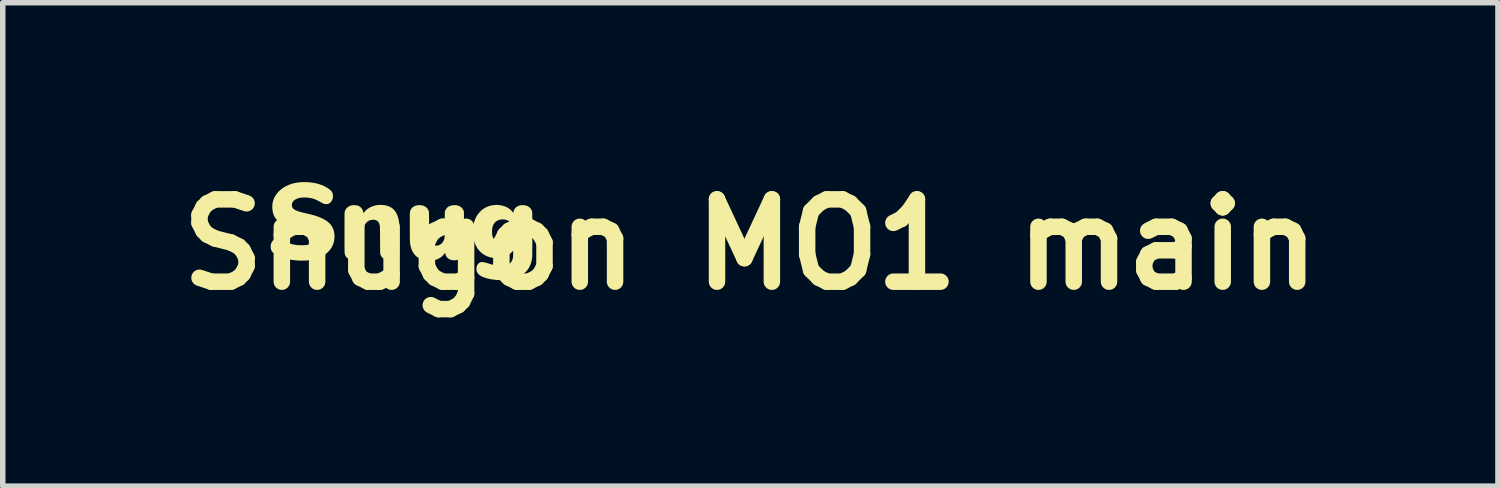
<source format=kicad_pcb>
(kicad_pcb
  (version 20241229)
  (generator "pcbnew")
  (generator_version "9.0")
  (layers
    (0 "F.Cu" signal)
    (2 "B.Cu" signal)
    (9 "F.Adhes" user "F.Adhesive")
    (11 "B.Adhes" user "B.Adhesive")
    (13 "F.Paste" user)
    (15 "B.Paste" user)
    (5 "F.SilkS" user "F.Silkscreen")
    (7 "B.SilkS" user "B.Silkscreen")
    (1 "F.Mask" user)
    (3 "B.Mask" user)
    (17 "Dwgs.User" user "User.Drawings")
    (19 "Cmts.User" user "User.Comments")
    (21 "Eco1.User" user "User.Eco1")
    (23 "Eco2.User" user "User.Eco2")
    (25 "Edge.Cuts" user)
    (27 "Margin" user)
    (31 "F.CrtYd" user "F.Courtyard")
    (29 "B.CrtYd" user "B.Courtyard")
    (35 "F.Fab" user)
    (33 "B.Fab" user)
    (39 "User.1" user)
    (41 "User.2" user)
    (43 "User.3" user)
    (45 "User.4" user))
  (footprint "Snugon MO1 main"
    (layer "F.Cu")
    (at 10.621 1.404)
    (property "Reference" "Snugon MO1 main" (at 0 0 0) (layer "F.SilkS") (effects (font (size 1.5 1.5) (thickness 0.3))))
    (attr board_only exclude_from_pos_files exclude_from_bom)
    (fp_poly (pts (xy -5.998 -0.715) (xy -5.969 -0.709) (xy -5.943 -0.7) (xy -5.922 -0.689) (xy -5.901 -0.673) (xy -5.883 -0.653) (xy -5.869 -0.63) (xy -5.859 -0.606) (xy -5.859 -0.605) (xy -5.858 -0.603) (xy -5.857 -0.599) (xy -5.857 -0.595) (xy -5.856 -0.59) (xy -5.856 -0.584) (xy -5.855 -0.576) (xy -5.855 -0.566) (xy -5.855 -0.553) (xy -5.854 -0.538) (xy -5.854 -0.521) (xy -5.854 -0.5) (xy -5.854 -0.475) (xy -5.853 -0.447) (xy -5.853 -0.415) (xy -5.853 -0.378) (xy -5.853 -0.337) (xy -5.853 -0.334) (xy -5.852 -0.293) (xy -5.852 -0.256) (xy -5.852 -0.223) (xy -5.852 -0.195) (xy -5.852 -0.17) (xy -5.851 -0.149) (xy -5.851 -0.131) (xy -5.851 -0.116) (xy -5.85 -0.103) (xy -5.85 -0.093) (xy -5.85 -0.085) (xy -5.849 -0.079) (xy -5.849 -0.073) (xy -5.848 -0.069) (xy -5.848 -0.066) (xy -5.847 -0.064) (xy -5.838 -0.04) (xy -5.827 -0.02) (xy -5.813 -0.004) (xy -5.796 0.008) (xy -5.776 0.017) (xy -5.769 0.019) (xy -5.756 0.021) (xy -5.739 0.022) (xy -5.722 0.022) (xy -5.705 0.021) (xy -5.691 0.019) (xy -5.667 0.011) (xy -5.645 -0.002) (xy -5.625 -0.018) (xy -5.607 -0.038) (xy -5.592 -0.06) (xy -5.581 -0.085) (xy -5.579 -0.089) (xy -5.578 -0.093) (xy -5.576 -0.098) (xy -5.575 -0.103) (xy -5.574 -0.108) (xy -5.573 -0.114) (xy -5.572 -0.122) (xy -5.572 -0.13) (xy -5.571 -0.141) (xy -5.571 -0.153) (xy -5.57 -0.169) (xy -5.57 -0.186) (xy -5.57 -0.207) (xy -5.569 -0.232) (xy -5.569 -0.26) (xy -5.569 -0.293) (xy -5.569 -0.329) (xy -5.568 -0.357) (xy -5.567 -0.59) (xy -5.56 -0.611) (xy -5.549 -0.636) (xy -5.534 -0.658) (xy -5.516 -0.677) (xy -5.494 -0.692) (xy -5.485 -0.696) (xy -5.47 -0.703) (xy -5.455 -0.708) (xy -5.441 -0.712) (xy -5.425 -0.714) (xy -5.405 -0.715) (xy -5.401 -0.716) (xy -5.385 -0.716) (xy -5.372 -0.716) (xy -5.361 -0.715) (xy -5.35 -0.713) (xy -5.343 -0.712) (xy -5.315 -0.704) (xy -5.289 -0.692) (xy -5.267 -0.676) (xy -5.249 -0.658) (xy -5.234 -0.635) (xy -5.224 -0.614) (xy -5.218 -0.595) (xy -5.217 -0.221) (xy -5.217 -0.17) (xy -5.217 -0.125) (xy -5.217 -0.083) (xy -5.217 -0.046) (xy -5.217 -0.013) (xy -5.217 0.016) (xy -5.217 0.042) (xy -5.217 0.064) (xy -5.217 0.084) (xy -5.217 0.101) (xy -5.217 0.115) (xy -5.217 0.127) (xy -5.217 0.137) (xy -5.218 0.145) (xy -5.218 0.152) (xy -5.219 0.157) (xy -5.219 0.161) (xy -5.219 0.165) (xy -5.22 0.168) (xy -5.221 0.171) (xy -5.221 0.173) (xy -5.228 0.193) (xy -5.237 0.211) (xy -5.25 0.228) (xy -5.26 0.238) (xy -5.277 0.254) (xy -5.295 0.266) (xy -5.315 0.275) (xy -5.337 0.282) (xy -5.355 0.286) (xy -5.385 0.289) (xy -5.414 0.288) (xy -5.441 0.284) (xy -5.467 0.276) (xy -5.49 0.264) (xy -5.511 0.25) (xy -5.528 0.232) (xy -5.542 0.212) (xy -5.543 0.209) (xy -5.547 0.199) (xy -5.552 0.186) (xy -5.555 0.173) (xy -5.555 0.171) (xy -5.56 0.149) (xy -5.569 0.164) (xy -5.579 0.176) (xy -5.591 0.189) (xy -5.605 0.203) (xy -5.619 0.217) (xy -5.633 0.229) (xy -5.646 0.239) (xy -5.647 0.239) (xy -5.68 0.258) (xy -5.715 0.273) (xy -5.752 0.285) (xy -5.758 0.286) (xy -5.769 0.288) (xy -5.783 0.289) (xy -5.801 0.29) (xy -5.82 0.291) (xy -5.84 0.291) (xy -5.861 0.291) (xy -5.88 0.291) (xy -5.897 0.29) (xy -5.91 0.289) (xy -5.913 0.288) (xy -5.955 0.28) (xy -5.993 0.269) (xy -6.028 0.254) (xy -6.059 0.236) (xy -6.088 0.215) (xy -6.097 0.206) (xy -6.121 0.18) (xy -6.141 0.152) (xy -6.159 0.121) (xy -6.173 0.086) (xy -6.185 0.048) (xy -6.187 0.039) (xy -6.19 0.029) (xy -6.192 0.02) (xy -6.194 0.012) (xy -6.195 0.004) (xy -6.197 -0.004) (xy -6.198 -0.013) (xy -6.199 -0.022) (xy -6.2 -0.033) (xy -6.201 -0.044) (xy -6.202 -0.058) (xy -6.202 -0.073) (xy -6.203 -0.091) (xy -6.203 -0.111) (xy -6.203 -0.134) (xy -6.203 -0.161) (xy -6.204 -0.192) (xy -6.204 -0.226) (xy -6.204 -0.265) (xy -6.204 -0.308) (xy -6.204 -0.354) (xy -6.204 -0.395) (xy -6.204 -0.431) (xy -6.204 -0.463) (xy -6.204 -0.491) (xy -6.204 -0.515) (xy -6.204 -0.536) (xy -6.204 -0.552) (xy -6.203 -0.566) (xy -6.203 -0.576) (xy -6.203 -0.584) (xy -6.202 -0.589) (xy -6.202 -0.59) (xy -6.195 -0.616) (xy -6.184 -0.64) (xy -6.169 -0.661) (xy -6.151 -0.679) (xy -6.129 -0.693) (xy -6.104 -0.704) (xy -6.076 -0.712) (xy -6.045 -0.716) (xy -6.03 -0.716)) (stroke (width 0) (type solid)) (fill yes) (layer "F.SilkS"))
    (fp_poly (pts (xy -6.725 -0.72) (xy -6.703 -0.719) (xy -6.683 -0.717) (xy -6.665 -0.715) (xy -6.659 -0.714) (xy -6.619 -0.705) (xy -6.583 -0.693) (xy -6.551 -0.677) (xy -6.521 -0.657) (xy -6.495 -0.633) (xy -6.472 -0.606) (xy -6.452 -0.575) (xy -6.435 -0.541) (xy -6.421 -0.502) (xy -6.409 -0.459) (xy -6.401 -0.413) (xy -6.399 -0.394) (xy -6.398 -0.388) (xy -6.398 -0.38) (xy -6.397 -0.37) (xy -6.397 -0.357) (xy -6.397 -0.342) (xy -6.396 -0.323) (xy -6.396 -0.301) (xy -6.396 -0.276) (xy -6.396 -0.247) (xy -6.396 -0.214) (xy -6.396 -0.176) (xy -6.396 -0.134) (xy -6.396 -0.101) (xy -6.396 0.163) (xy -6.403 0.185) (xy -6.414 0.209) (xy -6.427 0.23) (xy -6.444 0.247) (xy -6.465 0.263) (xy -6.467 0.264) (xy -6.49 0.275) (xy -6.515 0.283) (xy -6.543 0.288) (xy -6.571 0.289) (xy -6.6 0.287) (xy -6.628 0.282) (xy -6.654 0.274) (xy -6.668 0.268) (xy -6.682 0.258) (xy -6.697 0.246) (xy -6.711 0.233) (xy -6.722 0.218) (xy -6.728 0.208) (xy -6.731 0.203) (xy -6.733 0.199) (xy -6.735 0.194) (xy -6.737 0.19) (xy -6.739 0.185) (xy -6.74 0.18) (xy -6.741 0.174) (xy -6.742 0.166) (xy -6.743 0.157) (xy -6.744 0.146) (xy -6.744 0.133) (xy -6.745 0.117) (xy -6.745 0.098) (xy -6.745 0.076) (xy -6.745 0.051) (xy -6.746 0.022) (xy -6.746 -0.011) (xy -6.746 -0.049) (xy -6.746 -0.081) (xy -6.747 -0.122) (xy -6.747 -0.158) (xy -6.747 -0.189) (xy -6.747 -0.217) (xy -6.748 -0.241) (xy -6.748 -0.261) (xy -6.748 -0.279) (xy -6.748 -0.293) (xy -6.749 -0.305) (xy -6.749 -0.316) (xy -6.749 -0.324) (xy -6.75 -0.331) (xy -6.75 -0.336) (xy -6.751 -0.341) (xy -6.752 -0.345) (xy -6.753 -0.349) (xy -6.753 -0.352) (xy -6.76 -0.375) (xy -6.768 -0.395) (xy -6.778 -0.411) (xy -6.788 -0.422) (xy -6.805 -0.435) (xy -6.826 -0.444) (xy -6.849 -0.449) (xy -6.874 -0.451) (xy -6.9 -0.448) (xy -6.92 -0.444) (xy -6.947 -0.435) (xy -6.971 -0.421) (xy -6.991 -0.404) (xy -7.008 -0.383) (xy -7.023 -0.358) (xy -7.033 -0.33) (xy -7.034 -0.327) (xy -7.035 -0.324) (xy -7.036 -0.321) (xy -7.036 -0.317) (xy -7.037 -0.313) (xy -7.037 -0.307) (xy -7.038 -0.301) (xy -7.038 -0.293) (xy -7.039 -0.282) (xy -7.039 -0.27) (xy -7.039 -0.255) (xy -7.04 -0.237) (xy -7.04 -0.216) (xy -7.04 -0.191) (xy -7.04 -0.162) (xy -7.04 -0.129) (xy -7.041 -0.092) (xy -7.041 -0.075) (xy -7.041 -0.034) (xy -7.041 0.001) (xy -7.041 0.033) (xy -7.042 0.06) (xy -7.042 0.084) (xy -7.042 0.104) (xy -7.043 0.122) (xy -7.043 0.136) (xy -7.044 0.148) (xy -7.045 0.159) (xy -7.046 0.167) (xy -7.047 0.174) (xy -7.048 0.18) (xy -7.05 0.185) (xy -7.052 0.19) (xy -7.054 0.195) (xy -7.056 0.2) (xy -7.059 0.205) (xy -7.06 0.206) (xy -7.071 0.225) (xy -7.086 0.242) (xy -7.104 0.257) (xy -7.112 0.263) (xy -7.135 0.274) (xy -7.161 0.282) (xy -7.19 0.287) (xy -7.22 0.289) (xy -7.25 0.287) (xy -7.255 0.287) (xy -7.283 0.281) (xy -7.308 0.271) (xy -7.331 0.257) (xy -7.351 0.241) (xy -7.367 0.222) (xy -7.376 0.207) (xy -7.378 0.202) (xy -7.38 0.198) (xy -7.382 0.194) (xy -7.384 0.19) (xy -7.386 0.186) (xy -7.387 0.182) (xy -7.388 0.177) (xy -7.389 0.171) (xy -7.39 0.163) (xy -7.391 0.155) (xy -7.392 0.144) (xy -7.392 0.132) (xy -7.393 0.117) (xy -7.393 0.1) (xy -7.393 0.08) (xy -7.394 0.057) (xy -7.394 0.031) (xy -7.394 0.002) (xy -7.394 -0.031) (xy -7.394 -0.068) (xy -7.394 -0.11) (xy -7.394 -0.155) (xy -7.394 -0.206) (xy -7.394 -0.215) (xy -7.394 -0.265) (xy -7.394 -0.311) (xy -7.394 -0.352) (xy -7.394 -0.389) (xy -7.394 -0.421) (xy -7.394 -0.45) (xy -7.394 -0.476) (xy -7.394 -0.498) (xy -7.393 -0.518) (xy -7.393 -0.534) (xy -7.393 -0.548) (xy -7.393 -0.56) (xy -7.393 -0.569) (xy -7.392 -0.577) (xy -7.392 -0.583) (xy -7.391 -0.588) (xy -7.391 -0.592) (xy -7.39 -0.595) (xy -7.39 -0.598) (xy -7.389 -0.6) (xy -7.389 -0.6) (xy -7.379 -0.627) (xy -7.364 -0.65) (xy -7.346 -0.671) (xy -7.325 -0.687) (xy -7.3 -0.701) (xy -7.272 -0.71) (xy -7.263 -0.712) (xy -7.251 -0.714) (xy -7.239 -0.715) (xy -7.227 -0.716) (xy -7.213 -0.716) (xy -7.207 -0.716) (xy -7.178 -0.713) (xy -7.154 -0.708) (xy -7.132 -0.7) (xy -7.112 -0.688) (xy -7.095 -0.673) (xy -7.093 -0.671) (xy -7.078 -0.654) (xy -7.066 -0.634) (xy -7.058 -0.613) (xy -7.053 -0.588) (xy -7.052 -0.582) (xy -7.05 -0.569) (xy -7.036 -0.587) (xy -7.009 -0.618) (xy -6.978 -0.644) (xy -6.944 -0.667) (xy -6.907 -0.686) (xy -6.867 -0.701) (xy -6.824 -0.713) (xy -6.802 -0.717) (xy -6.787 -0.718) (xy -6.769 -0.719) (xy -6.747 -0.72)) (stroke (width 0) (type solid)) (fill yes) (layer "F.SilkS"))
    (fp_poly (pts (xy -8.086 -1.135) (xy -8.025 -1.131) (xy -7.967 -1.124) (xy -7.912 -1.114) (xy -7.86 -1.1) (xy -7.811 -1.083) (xy -7.764 -1.062) (xy -7.718 -1.038) (xy -7.687 -1.018) (xy -7.664 -1.001) (xy -7.645 -0.984) (xy -7.63 -0.968) (xy -7.619 -0.95) (xy -7.611 -0.931) (xy -7.606 -0.91) (xy -7.605 -0.886) (xy -7.605 -0.879) (xy -7.607 -0.85) (xy -7.613 -0.824) (xy -7.623 -0.801) (xy -7.637 -0.78) (xy -7.648 -0.767) (xy -7.666 -0.752) (xy -7.684 -0.742) (xy -7.704 -0.736) (xy -7.725 -0.734) (xy -7.741 -0.736) (xy -7.753 -0.737) (xy -7.763 -0.74) (xy -7.773 -0.743) (xy -7.785 -0.748) (xy -7.798 -0.755) (xy -7.814 -0.763) (xy -7.827 -0.77) (xy -7.858 -0.787) (xy -7.885 -0.801) (xy -7.91 -0.813) (xy -7.933 -0.823) (xy -7.955 -0.831) (xy -7.977 -0.837) (xy -7.999 -0.843) (xy -8.022 -0.847) (xy -8.037 -0.85) (xy -8.056 -0.852) (xy -8.078 -0.854) (xy -8.102 -0.855) (xy -8.126 -0.856) (xy -8.149 -0.855) (xy -8.17 -0.854) (xy -8.187 -0.853) (xy -8.189 -0.853) (xy -8.221 -0.846) (xy -8.251 -0.837) (xy -8.277 -0.826) (xy -8.3 -0.812) (xy -8.319 -0.797) (xy -8.334 -0.779) (xy -8.345 -0.76) (xy -8.351 -0.739) (xy -8.353 -0.716) (xy -8.353 -0.71) (xy -8.351 -0.693) (xy -8.347 -0.679) (xy -8.34 -0.667) (xy -8.331 -0.656) (xy -8.327 -0.652) (xy -8.314 -0.641) (xy -8.297 -0.63) (xy -8.275 -0.619) (xy -8.25 -0.609) (xy -8.221 -0.599) (xy -8.187 -0.589) (xy -8.149 -0.579) (xy -8.105 -0.569) (xy -8.095 -0.567) (xy -8.035 -0.553) (xy -7.981 -0.539) (xy -7.93 -0.525) (xy -7.884 -0.509) (xy -7.842 -0.493) (xy -7.803 -0.476) (xy -7.768 -0.458) (xy -7.736 -0.439) (xy -7.73 -0.435) (xy -7.696 -0.41) (xy -7.667 -0.384) (xy -7.643 -0.357) (xy -7.623 -0.328) (xy -7.606 -0.297) (xy -7.593 -0.263) (xy -7.593 -0.261) (xy -7.584 -0.225) (xy -7.578 -0.186) (xy -7.576 -0.146) (xy -7.578 -0.107) (xy -7.583 -0.068) (xy -7.59 -0.036) (xy -7.604 0.004) (xy -7.622 0.043) (xy -7.644 0.079) (xy -7.671 0.113) (xy -7.702 0.145) (xy -7.736 0.174) (xy -7.774 0.2) (xy -7.809 0.22) (xy -7.853 0.24) (xy -7.898 0.256) (xy -7.944 0.27) (xy -7.993 0.281) (xy -8.046 0.288) (xy -8.08 0.292) (xy -8.091 0.293) (xy -8.105 0.293) (xy -8.122 0.294) (xy -8.141 0.294) (xy -8.161 0.294) (xy -8.181 0.294) (xy -8.2 0.294) (xy -8.216 0.294) (xy -8.23 0.293) (xy -8.24 0.293) (xy -8.3 0.287) (xy -8.355 0.28) (xy -8.407 0.271) (xy -8.455 0.26) (xy -8.5 0.248) (xy -8.543 0.233) (xy -8.584 0.216) (xy -8.614 0.202) (xy -8.645 0.185) (xy -8.671 0.168) (xy -8.692 0.151) (xy -8.71 0.133) (xy -8.723 0.115) (xy -8.732 0.095) (xy -8.734 0.086) (xy -8.738 0.069) (xy -8.739 0.048) (xy -8.739 0.028) (xy -8.737 0.008) (xy -8.737 0.007) (xy -8.731 -0.016) (xy -8.721 -0.038) (xy -8.708 -0.058) (xy -8.692 -0.076) (xy -8.675 -0.09) (xy -8.662 -0.097) (xy -8.642 -0.104) (xy -8.62 -0.107) (xy -8.596 -0.105) (xy -8.572 -0.099) (xy -8.548 -0.089) (xy -8.539 -0.084) (xy -8.527 -0.078) (xy -8.512 -0.071) (xy -8.497 -0.063) (xy -8.481 -0.055) (xy -8.48 -0.054) (xy -8.444 -0.037) (xy -8.409 -0.023) (xy -8.374 -0.011) (xy -8.337 -0.002) (xy -8.297 0.006) (xy -8.276 0.009) (xy -8.262 0.011) (xy -8.245 0.012) (xy -8.224 0.013) (xy -8.202 0.013) (xy -8.18 0.014) (xy -8.157 0.014) (xy -8.136 0.013) (xy -8.117 0.013) (xy -8.101 0.012) (xy -8.089 0.01) (xy -8.058 0.004) (xy -8.029 -0.004) (xy -8.004 -0.014) (xy -7.983 -0.026) (xy -7.968 -0.038) (xy -7.955 -0.052) (xy -7.945 -0.069) (xy -7.938 -0.088) (xy -7.934 -0.107) (xy -7.933 -0.126) (xy -7.937 -0.143) (xy -7.941 -0.153) (xy -7.947 -0.163) (xy -7.958 -0.174) (xy -7.97 -0.185) (xy -7.982 -0.194) (xy -7.983 -0.195) (xy -7.996 -0.202) (xy -8.011 -0.209) (xy -8.027 -0.216) (xy -8.046 -0.223) (xy -8.068 -0.23) (xy -8.093 -0.237) (xy -8.121 -0.244) (xy -8.154 -0.252) (xy -8.191 -0.26) (xy -8.198 -0.262) (xy -8.254 -0.275) (xy -8.305 -0.287) (xy -8.353 -0.301) (xy -8.396 -0.314) (xy -8.435 -0.329) (xy -8.472 -0.344) (xy -8.505 -0.36) (xy -8.536 -0.377) (xy -8.565 -0.395) (xy -8.575 -0.401) (xy -8.598 -0.419) (xy -8.62 -0.441) (xy -8.641 -0.464) (xy -8.659 -0.488) (xy -8.673 -0.511) (xy -8.673 -0.512) (xy -8.687 -0.544) (xy -8.698 -0.579) (xy -8.705 -0.617) (xy -8.709 -0.656) (xy -8.71 -0.695) (xy -8.707 -0.734) (xy -8.703 -0.762) (xy -8.692 -0.804) (xy -8.677 -0.844) (xy -8.657 -0.882) (xy -8.633 -0.918) (xy -8.605 -0.953) (xy -8.573 -0.985) (xy -8.537 -1.014) (xy -8.498 -1.041) (xy -8.455 -1.065) (xy -8.408 -1.086) (xy -8.391 -1.093) (xy -8.352 -1.106) (xy -8.313 -1.116) (xy -8.273 -1.124) (xy -8.231 -1.13) (xy -8.186 -1.134) (xy -8.15 -1.135)) (stroke (width 0) (type solid)) (fill yes) (layer "F.SilkS"))
    (fp_poly (pts (xy -4.576 -0.718) (xy -4.536 -0.712) (xy -4.498 -0.702) (xy -4.461 -0.689) (xy -4.427 -0.673) (xy -4.395 -0.653) (xy -4.367 -0.631) (xy -4.343 -0.606) (xy -4.333 -0.594) (xy -4.319 -0.575) (xy -4.315 -0.595) (xy -4.309 -0.618) (xy -4.3 -0.638) (xy -4.288 -0.656) (xy -4.276 -0.669) (xy -4.256 -0.686) (xy -4.234 -0.699) (xy -4.21 -0.708) (xy -4.184 -0.714) (xy -4.154 -0.716) (xy -4.137 -0.716) (xy -4.122 -0.715) (xy -4.108 -0.713) (xy -4.097 -0.712) (xy -4.089 -0.71) (xy -4.062 -0.7) (xy -4.038 -0.687) (xy -4.017 -0.67) (xy -3.999 -0.649) (xy -3.986 -0.626) (xy -3.977 -0.601) (xy -3.976 -0.599) (xy -3.976 -0.596) (xy -3.975 -0.593) (xy -3.975 -0.589) (xy -3.974 -0.584) (xy -3.974 -0.578) (xy -3.974 -0.57) (xy -3.973 -0.561) (xy -3.973 -0.549) (xy -3.973 -0.536) (xy -3.973 -0.52) (xy -3.973 -0.501) (xy -3.972 -0.479) (xy -3.972 -0.454) (xy -3.972 -0.426) (xy -3.972 -0.394) (xy -3.972 -0.358) (xy -3.972 -0.318) (xy -3.972 -0.274) (xy -3.972 -0.225) (xy -3.972 -0.185) (xy -3.972 -0.129) (xy -3.972 -0.078) (xy -3.972 -0.032) (xy -3.972 0.01) (xy -3.972 0.047) (xy -3.972 0.081) (xy -3.973 0.11) (xy -3.973 0.137) (xy -3.973 0.159) (xy -3.973 0.179) (xy -3.973 0.195) (xy -3.974 0.209) (xy -3.974 0.22) (xy -3.974 0.229) (xy -3.975 0.235) (xy -3.975 0.24) (xy -3.975 0.24) (xy -3.984 0.289) (xy -3.995 0.335) (xy -4.01 0.377) (xy -4.029 0.416) (xy -4.051 0.451) (xy -4.076 0.484) (xy -4.106 0.514) (xy -4.139 0.542) (xy -4.147 0.548) (xy -4.183 0.571) (xy -4.223 0.591) (xy -4.267 0.608) (xy -4.314 0.623) (xy -4.366 0.634) (xy -4.42 0.643) (xy -4.43 0.644) (xy -4.445 0.645) (xy -4.463 0.646) (xy -4.483 0.646) (xy -4.504 0.647) (xy -4.526 0.648) (xy -4.548 0.648) (xy -4.568 0.648) (xy -4.587 0.648) (xy -4.602 0.648) (xy -4.614 0.647) (xy -4.616 0.647) (xy -4.676 0.641) (xy -4.731 0.633) (xy -4.782 0.622) (xy -4.829 0.608) (xy -4.87 0.593) (xy -4.893 0.583) (xy -4.913 0.572) (xy -4.929 0.561) (xy -4.944 0.549) (xy -4.951 0.543) (xy -4.968 0.522) (xy -4.98 0.501) (xy -4.988 0.477) (xy -4.991 0.452) (xy -4.989 0.425) (xy -4.985 0.403) (xy -4.978 0.382) (xy -4.967 0.363) (xy -4.953 0.347) (xy -4.938 0.334) (xy -4.932 0.331) (xy -4.923 0.327) (xy -4.913 0.323) (xy -4.902 0.321) (xy -4.89 0.32) (xy -4.877 0.321) (xy -4.861 0.323) (xy -4.843 0.327) (xy -4.822 0.332) (xy -4.797 0.339) (xy -4.769 0.347) (xy -4.749 0.353) (xy -4.719 0.362) (xy -4.694 0.369) (xy -4.672 0.375) (xy -4.652 0.38) (xy -4.634 0.384) (xy -4.618 0.387) (xy -4.601 0.388) (xy -4.585 0.39) (xy -4.568 0.39) (xy -4.551 0.39) (xy -4.529 0.39) (xy -4.512 0.389) (xy -4.497 0.388) (xy -4.485 0.387) (xy -4.481 0.386) (xy -4.449 0.378) (xy -4.421 0.369) (xy -4.398 0.356) (xy -4.377 0.341) (xy -4.36 0.323) (xy -4.346 0.303) (xy -4.341 0.291) (xy -4.334 0.274) (xy -4.328 0.256) (xy -4.324 0.235) (xy -4.322 0.212) (xy -4.321 0.185) (xy -4.321 0.156) (xy -4.322 0.109) (xy -4.328 0.119) (xy -4.335 0.129) (xy -4.346 0.14) (xy -4.358 0.152) (xy -4.371 0.164) (xy -4.383 0.174) (xy -4.387 0.177) (xy -4.4 0.186) (xy -4.417 0.196) (xy -4.436 0.206) (xy -4.455 0.215) (xy -4.473 0.223) (xy -4.482 0.227) (xy -4.525 0.239) (xy -4.568 0.246) (xy -4.612 0.25) (xy -4.657 0.248) (xy -4.701 0.243) (xy -4.744 0.233) (xy -4.786 0.219) (xy -4.826 0.201) (xy -4.852 0.186) (xy -4.888 0.161) (xy -4.921 0.132) (xy -4.951 0.099) (xy -4.977 0.063) (xy -4.999 0.023) (xy -5.018 -0.02) (xy -5.034 -0.067) (xy -5.046 -0.117) (xy -5.05 -0.138) (xy -5.052 -0.154) (xy -5.053 -0.174) (xy -5.054 -0.196) (xy -5.055 -0.22) (xy -5.055 -0.235) (xy -4.706 -0.235) (xy -4.705 -0.21) (xy -4.704 -0.19) (xy -4.702 -0.172) (xy -4.698 -0.155) (xy -4.693 -0.139) (xy -4.69 -0.13) (xy -4.677 -0.104) (xy -4.66 -0.08) (xy -4.639 -0.059) (xy -4.616 -0.042) (xy -4.59 -0.028) (xy -4.562 -0.019) (xy -4.553 -0.017) (xy -4.541 -0.016) (xy -4.526 -0.016) (xy -4.509 -0.016) (xy -4.492 -0.017) (xy -4.475 -0.018) (xy -4.46 -0.02) (xy -4.45 -0.022) (xy -4.426 -0.031) (xy -4.405 -0.042) (xy -4.386 -0.057) (xy -4.376 -0.066) (xy -4.366 -0.077) (xy -4.358 -0.087) (xy -4.351 -0.097) (xy -4.345 -0.109) (xy -4.344 -0.11) (xy -4.332 -0.142) (xy -4.323 -0.176) (xy -4.319 -0.212) (xy -4.319 -0.25) (xy -4.322 -0.285) (xy -4.328 -0.316) (xy -4.337 -0.343) (xy -4.349 -0.368) (xy -4.365 -0.39) (xy -4.379 -0.406) (xy -4.398 -0.423) (xy -4.418 -0.436) (xy -4.441 -0.445) (xy -4.466 -0.452) (xy -4.494 -0.455) (xy -4.501 -0.456) (xy -4.534 -0.456) (xy -4.564 -0.451) (xy -4.592 -0.442) (xy -4.618 -0.43) (xy -4.641 -0.413) (xy -4.66 -0.393) (xy -4.674 -0.373) (xy -4.686 -0.351) (xy -4.694 -0.328) (xy -4.7 -0.304) (xy -4.704 -0.277) (xy -4.706 -0.246) (xy -4.706 -0.235) (xy -5.055 -0.235) (xy -5.055 -0.244) (xy -5.055 -0.267) (xy -5.054 -0.287) (xy -5.053 -0.305) (xy -5.052 -0.313) (xy -5.043 -0.363) (xy -5.031 -0.41) (xy -5.017 -0.452) (xy -4.999 -0.492) (xy -4.979 -0.528) (xy -4.954 -0.562) (xy -4.927 -0.594) (xy -4.921 -0.6) (xy -4.888 -0.63) (xy -4.853 -0.656) (xy -4.816 -0.677) (xy -4.776 -0.694) (xy -4.734 -0.707) (xy -4.689 -0.715) (xy -4.658 -0.719) (xy -4.617 -0.721)) (stroke (width 0) (type solid)) (fill yes) (layer "F.SilkS")))
  (gr_rect
    (start -3 -3)
    (end 24.243 5.808)
    (stroke (width 0.1) (type default))
    (fill no)
    (layer "Edge.Cuts")))
</source>
